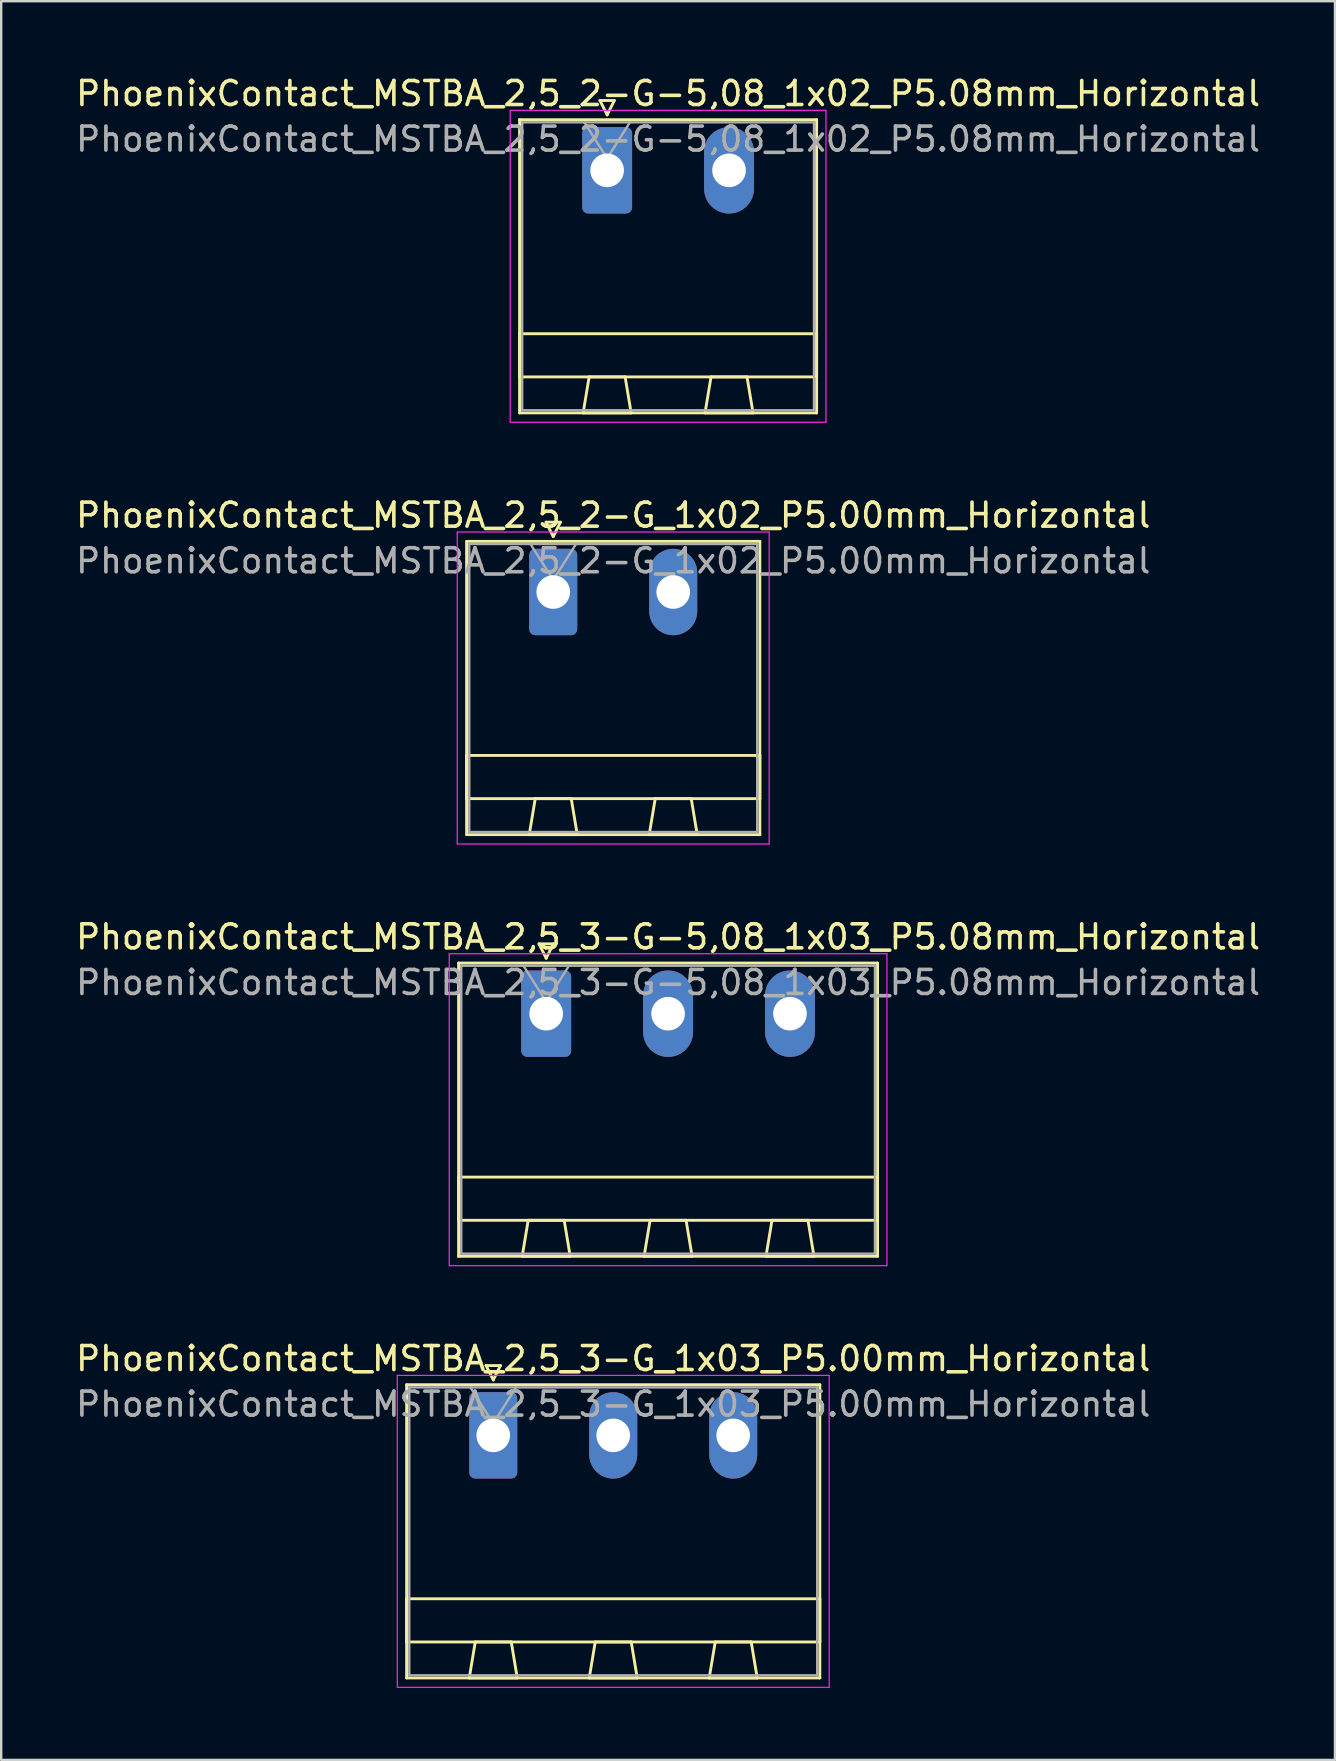
<source format=kicad_pcb>
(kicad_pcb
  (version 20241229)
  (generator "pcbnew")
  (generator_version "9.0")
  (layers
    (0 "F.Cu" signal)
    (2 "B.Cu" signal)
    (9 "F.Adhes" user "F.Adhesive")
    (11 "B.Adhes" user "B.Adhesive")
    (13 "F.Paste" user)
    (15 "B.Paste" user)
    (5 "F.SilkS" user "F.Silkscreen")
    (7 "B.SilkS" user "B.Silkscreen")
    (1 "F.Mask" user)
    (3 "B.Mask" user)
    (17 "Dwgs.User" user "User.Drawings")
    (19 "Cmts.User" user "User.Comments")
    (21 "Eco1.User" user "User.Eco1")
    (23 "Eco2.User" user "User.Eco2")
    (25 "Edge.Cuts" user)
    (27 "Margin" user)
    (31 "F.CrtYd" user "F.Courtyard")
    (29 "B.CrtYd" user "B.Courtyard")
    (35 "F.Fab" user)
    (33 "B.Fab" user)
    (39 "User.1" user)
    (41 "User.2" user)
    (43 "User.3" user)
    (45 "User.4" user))
  (footprint "PhoenixContact_MSTBA_2,5_2-G_1x02_P5.00mm_Horizontal"
    (layer "F.Cu")
    (at 20.006 21.622)
    (property "Reference" "PhoenixContact_MSTBA_2,5_2-G_1x02_P5.00mm_Horizontal" (at 2.5 -3.2 0) (layer "F.SilkS") (effects (font (size 1 1) (thickness 0.15))))
    (attr through_hole)
    (fp_line (start -3.61 -2.11) (end -3.61 10.11) (stroke (width 0.12) (type solid)) (layer "F.SilkS"))
    (fp_line (start -3.61 6.81) (end 8.61 6.81) (stroke (width 0.12) (type solid)) (layer "F.SilkS"))
    (fp_line (start -3.61 8.61) (end -3.61 6.81) (stroke (width 0.12) (type solid)) (layer "F.SilkS"))
    (fp_line (start -3.61 10.11) (end 8.61 10.11) (stroke (width 0.12) (type solid)) (layer "F.SilkS"))
    (fp_line (start -1 10.11) (end 1 10.11) (stroke (width 0.12) (type solid)) (layer "F.SilkS"))
    (fp_line (start -0.75 8.61) (end -1 10.11) (stroke (width 0.12) (type solid)) (layer "F.SilkS"))
    (fp_line (start -0.3 -2.91) (end 0.3 -2.91) (stroke (width 0.12) (type solid)) (layer "F.SilkS"))
    (fp_line (start 0 -2.31) (end -0.3 -2.91) (stroke (width 0.12) (type solid)) (layer "F.SilkS"))
    (fp_line (start 0.3 -2.91) (end 0 -2.31) (stroke (width 0.12) (type solid)) (layer "F.SilkS"))
    (fp_line (start 0.75 8.61) (end -0.75 8.61) (stroke (width 0.12) (type solid)) (layer "F.SilkS"))
    (fp_line (start 1 10.11) (end 0.75 8.61) (stroke (width 0.12) (type solid)) (layer "F.SilkS"))
    (fp_line (start 4 10.11) (end 6 10.11) (stroke (width 0.12) (type solid)) (layer "F.SilkS"))
    (fp_line (start 4.25 8.61) (end 4 10.11) (stroke (width 0.12) (type solid)) (layer "F.SilkS"))
    (fp_line (start 5.75 8.61) (end 4.25 8.61) (stroke (width 0.12) (type solid)) (layer "F.SilkS"))
    (fp_line (start 6 10.11) (end 5.75 8.61) (stroke (width 0.12) (type solid)) (layer "F.SilkS"))
    (fp_line (start 8.61 -2.11) (end -3.61 -2.11) (stroke (width 0.12) (type solid)) (layer "F.SilkS"))
    (fp_line (start 8.61 6.81) (end 8.61 8.61) (stroke (width 0.12) (type solid)) (layer "F.SilkS"))
    (fp_line (start 8.61 8.61) (end -3.61 8.61) (stroke (width 0.12) (type solid)) (layer "F.SilkS"))
    (fp_line (start 8.61 10.11) (end 8.61 -2.11) (stroke (width 0.12) (type solid)) (layer "F.SilkS"))
    (fp_line (start -4 -2.5) (end -4 10.5) (stroke (width 0.05) (type solid)) (layer "F.CrtYd"))
    (fp_line (start -4 10.5) (end 9 10.5) (stroke (width 0.05) (type solid)) (layer "F.CrtYd"))
    (fp_line (start 9 -2.5) (end -4 -2.5) (stroke (width 0.05) (type solid)) (layer "F.CrtYd"))
    (fp_line (start 9 10.5) (end 9 -2.5) (stroke (width 0.05) (type solid)) (layer "F.CrtYd"))
    (fp_line (start -3.5 -2) (end -3.5 10) (stroke (width 0.1) (type solid)) (layer "F.Fab"))
    (fp_line (start -3.5 10) (end 8.5 10) (stroke (width 0.1) (type solid)) (layer "F.Fab"))
    (fp_line (start 0 -0.5) (end -0.95 -2) (stroke (width 0.1) (type solid)) (layer "F.Fab"))
    (fp_line (start 0.95 -2) (end 0 -0.5) (stroke (width 0.1) (type solid)) (layer "F.Fab"))
    (fp_line (start 8.5 -2) (end -3.5 -2) (stroke (width 0.1) (type solid)) (layer "F.Fab"))
    (fp_line (start 8.5 10) (end 8.5 -2) (stroke (width 0.1) (type solid)) (layer "F.Fab"))
    (fp_text user "${REFERENCE}" (at 2.5 -1.3 0) (layer "F.Fab") (effects (font (size 1 1) (thickness 0.15))))
    (pad "1" thru_hole roundrect (at 0 0) (size 2 3.6) (drill 1.4) (layers "*.Cu" "*.Mask") (roundrect_rratio 0.125))
    (pad "2" thru_hole oval (at 5 0) (size 2 3.6) (drill 1.4) (layers "*.Cu" "*.Mask")))
  (footprint "PhoenixContact_MSTBA_2,5_2-G-5,08_1x02_P5.08mm_Horizontal"
    (layer "F.Cu")
    (at 22.252 4.048)
    (property "Reference" "PhoenixContact_MSTBA_2,5_2-G-5,08_1x02_P5.08mm_Horizontal" (at 2.54 -3.2 0) (layer "F.SilkS") (effects (font (size 1 1) (thickness 0.15))))
    (attr through_hole)
    (fp_line (start -3.65 -2.11) (end -3.65 10.11) (stroke (width 0.12) (type solid)) (layer "F.SilkS"))
    (fp_line (start -3.65 6.81) (end 8.73 6.81) (stroke (width 0.12) (type solid)) (layer "F.SilkS"))
    (fp_line (start -3.65 8.61) (end -3.65 6.81) (stroke (width 0.12) (type solid)) (layer "F.SilkS"))
    (fp_line (start -3.65 10.11) (end 8.73 10.11) (stroke (width 0.12) (type solid)) (layer "F.SilkS"))
    (fp_line (start -1 10.11) (end 1 10.11) (stroke (width 0.12) (type solid)) (layer "F.SilkS"))
    (fp_line (start -0.75 8.61) (end -1 10.11) (stroke (width 0.12) (type solid)) (layer "F.SilkS"))
    (fp_line (start -0.3 -2.91) (end 0.3 -2.91) (stroke (width 0.12) (type solid)) (layer "F.SilkS"))
    (fp_line (start 0 -2.31) (end -0.3 -2.91) (stroke (width 0.12) (type solid)) (layer "F.SilkS"))
    (fp_line (start 0.3 -2.91) (end 0 -2.31) (stroke (width 0.12) (type solid)) (layer "F.SilkS"))
    (fp_line (start 0.75 8.61) (end -0.75 8.61) (stroke (width 0.12) (type solid)) (layer "F.SilkS"))
    (fp_line (start 1 10.11) (end 0.75 8.61) (stroke (width 0.12) (type solid)) (layer "F.SilkS"))
    (fp_line (start 4.08 10.11) (end 6.08 10.11) (stroke (width 0.12) (type solid)) (layer "F.SilkS"))
    (fp_line (start 4.33 8.61) (end 4.08 10.11) (stroke (width 0.12) (type solid)) (layer "F.SilkS"))
    (fp_line (start 5.83 8.61) (end 4.33 8.61) (stroke (width 0.12) (type solid)) (layer "F.SilkS"))
    (fp_line (start 6.08 10.11) (end 5.83 8.61) (stroke (width 0.12) (type solid)) (layer "F.SilkS"))
    (fp_line (start 8.73 -2.11) (end -3.65 -2.11) (stroke (width 0.12) (type solid)) (layer "F.SilkS"))
    (fp_line (start 8.73 6.81) (end 8.73 8.61) (stroke (width 0.12) (type solid)) (layer "F.SilkS"))
    (fp_line (start 8.73 8.61) (end -3.65 8.61) (stroke (width 0.12) (type solid)) (layer "F.SilkS"))
    (fp_line (start 8.73 10.11) (end 8.73 -2.11) (stroke (width 0.12) (type solid)) (layer "F.SilkS"))
    (fp_line (start -4.04 -2.5) (end -4.04 10.5) (stroke (width 0.05) (type solid)) (layer "F.CrtYd"))
    (fp_line (start -4.04 10.5) (end 9.12 10.5) (stroke (width 0.05) (type solid)) (layer "F.CrtYd"))
    (fp_line (start 9.12 -2.5) (end -4.04 -2.5) (stroke (width 0.05) (type solid)) (layer "F.CrtYd"))
    (fp_line (start 9.12 10.5) (end 9.12 -2.5) (stroke (width 0.05) (type solid)) (layer "F.CrtYd"))
    (fp_line (start -3.54 -2) (end -3.54 10) (stroke (width 0.1) (type solid)) (layer "F.Fab"))
    (fp_line (start -3.54 10) (end 8.62 10) (stroke (width 0.1) (type solid)) (layer "F.Fab"))
    (fp_line (start 0 -0.5) (end -0.95 -2) (stroke (width 0.1) (type solid)) (layer "F.Fab"))
    (fp_line (start 0.95 -2) (end 0 -0.5) (stroke (width 0.1) (type solid)) (layer "F.Fab"))
    (fp_line (start 8.62 -2) (end -3.54 -2) (stroke (width 0.1) (type solid)) (layer "F.Fab"))
    (fp_line (start 8.62 10) (end 8.62 -2) (stroke (width 0.1) (type solid)) (layer "F.Fab"))
    (fp_text user "${REFERENCE}" (at 2.54 -1.3 0) (layer "F.Fab") (effects (font (size 1 1) (thickness 0.15))))
    (pad "1" thru_hole roundrect (at 0 0) (size 2.08 3.6) (drill 1.4) (layers "*.Cu" "*.Mask") (roundrect_rratio 0.12))
    (pad "2" thru_hole oval (at 5.08 0) (size 2.08 3.6) (drill 1.4) (layers "*.Cu" "*.Mask")))
  (footprint "PhoenixContact_MSTBA_2,5_3-G_1x03_P5.00mm_Horizontal"
    (layer "F.Cu")
    (at 17.506 56.768)
    (property "Reference" "PhoenixContact_MSTBA_2,5_3-G_1x03_P5.00mm_Horizontal" (at 5 -3.2 0) (layer "F.SilkS") (effects (font (size 1 1) (thickness 0.15))))
    (attr through_hole)
    (fp_line (start -3.61 -2.11) (end -3.61 10.11) (stroke (width 0.12) (type solid)) (layer "F.SilkS"))
    (fp_line (start -3.61 6.81) (end 13.61 6.81) (stroke (width 0.12) (type solid)) (layer "F.SilkS"))
    (fp_line (start -3.61 8.61) (end -3.61 6.81) (stroke (width 0.12) (type solid)) (layer "F.SilkS"))
    (fp_line (start -3.61 10.11) (end 13.61 10.11) (stroke (width 0.12) (type solid)) (layer "F.SilkS"))
    (fp_line (start -1 10.11) (end 1 10.11) (stroke (width 0.12) (type solid)) (layer "F.SilkS"))
    (fp_line (start -0.75 8.61) (end -1 10.11) (stroke (width 0.12) (type solid)) (layer "F.SilkS"))
    (fp_line (start -0.3 -2.91) (end 0.3 -2.91) (stroke (width 0.12) (type solid)) (layer "F.SilkS"))
    (fp_line (start 0 -2.31) (end -0.3 -2.91) (stroke (width 0.12) (type solid)) (layer "F.SilkS"))
    (fp_line (start 0.3 -2.91) (end 0 -2.31) (stroke (width 0.12) (type solid)) (layer "F.SilkS"))
    (fp_line (start 0.75 8.61) (end -0.75 8.61) (stroke (width 0.12) (type solid)) (layer "F.SilkS"))
    (fp_line (start 1 10.11) (end 0.75 8.61) (stroke (width 0.12) (type solid)) (layer "F.SilkS"))
    (fp_line (start 4 10.11) (end 6 10.11) (stroke (width 0.12) (type solid)) (layer "F.SilkS"))
    (fp_line (start 4.25 8.61) (end 4 10.11) (stroke (width 0.12) (type solid)) (layer "F.SilkS"))
    (fp_line (start 5.75 8.61) (end 4.25 8.61) (stroke (width 0.12) (type solid)) (layer "F.SilkS"))
    (fp_line (start 6 10.11) (end 5.75 8.61) (stroke (width 0.12) (type solid)) (layer "F.SilkS"))
    (fp_line (start 9 10.11) (end 11 10.11) (stroke (width 0.12) (type solid)) (layer "F.SilkS"))
    (fp_line (start 9.25 8.61) (end 9 10.11) (stroke (width 0.12) (type solid)) (layer "F.SilkS"))
    (fp_line (start 10.75 8.61) (end 9.25 8.61) (stroke (width 0.12) (type solid)) (layer "F.SilkS"))
    (fp_line (start 11 10.11) (end 10.75 8.61) (stroke (width 0.12) (type solid)) (layer "F.SilkS"))
    (fp_line (start 13.61 -2.11) (end -3.61 -2.11) (stroke (width 0.12) (type solid)) (layer "F.SilkS"))
    (fp_line (start 13.61 6.81) (end 13.61 8.61) (stroke (width 0.12) (type solid)) (layer "F.SilkS"))
    (fp_line (start 13.61 8.61) (end -3.61 8.61) (stroke (width 0.12) (type solid)) (layer "F.SilkS"))
    (fp_line (start 13.61 10.11) (end 13.61 -2.11) (stroke (width 0.12) (type solid)) (layer "F.SilkS"))
    (fp_line (start -4 -2.5) (end -4 10.5) (stroke (width 0.05) (type solid)) (layer "F.CrtYd"))
    (fp_line (start -4 10.5) (end 14 10.5) (stroke (width 0.05) (type solid)) (layer "F.CrtYd"))
    (fp_line (start 14 -2.5) (end -4 -2.5) (stroke (width 0.05) (type solid)) (layer "F.CrtYd"))
    (fp_line (start 14 10.5) (end 14 -2.5) (stroke (width 0.05) (type solid)) (layer "F.CrtYd"))
    (fp_line (start -3.5 -2) (end -3.5 10) (stroke (width 0.1) (type solid)) (layer "F.Fab"))
    (fp_line (start -3.5 10) (end 13.5 10) (stroke (width 0.1) (type solid)) (layer "F.Fab"))
    (fp_line (start 0 -0.5) (end -0.95 -2) (stroke (width 0.1) (type solid)) (layer "F.Fab"))
    (fp_line (start 0.95 -2) (end 0 -0.5) (stroke (width 0.1) (type solid)) (layer "F.Fab"))
    (fp_line (start 13.5 -2) (end -3.5 -2) (stroke (width 0.1) (type solid)) (layer "F.Fab"))
    (fp_line (start 13.5 10) (end 13.5 -2) (stroke (width 0.1) (type solid)) (layer "F.Fab"))
    (fp_text user "${REFERENCE}" (at 5 -1.3 0) (layer "F.Fab") (effects (font (size 1 1) (thickness 0.15))))
    (pad "1" thru_hole roundrect (at 0 0) (size 2 3.6) (drill 1.4) (layers "*.Cu" "*.Mask") (roundrect_rratio 0.125))
    (pad "2" thru_hole oval (at 5 0) (size 2 3.6) (drill 1.4) (layers "*.Cu" "*.Mask"))
    (pad "3" thru_hole oval (at 10 0) (size 2 3.6) (drill 1.4) (layers "*.Cu" "*.Mask")))
  (footprint "PhoenixContact_MSTBA_2,5_3-G-5,08_1x03_P5.08mm_Horizontal"
    (layer "F.Cu")
    (at 19.712 39.195)
    (property "Reference" "PhoenixContact_MSTBA_2,5_3-G-5,08_1x03_P5.08mm_Horizontal" (at 5.08 -3.2 0) (layer "F.SilkS") (effects (font (size 1 1) (thickness 0.15))))
    (attr through_hole)
    (fp_line (start -3.65 -2.11) (end -3.65 10.11) (stroke (width 0.12) (type solid)) (layer "F.SilkS"))
    (fp_line (start -3.65 6.81) (end 13.81 6.81) (stroke (width 0.12) (type solid)) (layer "F.SilkS"))
    (fp_line (start -3.65 8.61) (end -3.65 6.81) (stroke (width 0.12) (type solid)) (layer "F.SilkS"))
    (fp_line (start -3.65 10.11) (end 13.81 10.11) (stroke (width 0.12) (type solid)) (layer "F.SilkS"))
    (fp_line (start -1 10.11) (end 1 10.11) (stroke (width 0.12) (type solid)) (layer "F.SilkS"))
    (fp_line (start -0.75 8.61) (end -1 10.11) (stroke (width 0.12) (type solid)) (layer "F.SilkS"))
    (fp_line (start -0.3 -2.91) (end 0.3 -2.91) (stroke (width 0.12) (type solid)) (layer "F.SilkS"))
    (fp_line (start 0 -2.31) (end -0.3 -2.91) (stroke (width 0.12) (type solid)) (layer "F.SilkS"))
    (fp_line (start 0.3 -2.91) (end 0 -2.31) (stroke (width 0.12) (type solid)) (layer "F.SilkS"))
    (fp_line (start 0.75 8.61) (end -0.75 8.61) (stroke (width 0.12) (type solid)) (layer "F.SilkS"))
    (fp_line (start 1 10.11) (end 0.75 8.61) (stroke (width 0.12) (type solid)) (layer "F.SilkS"))
    (fp_line (start 4.08 10.11) (end 6.08 10.11) (stroke (width 0.12) (type solid)) (layer "F.SilkS"))
    (fp_line (start 4.33 8.61) (end 4.08 10.11) (stroke (width 0.12) (type solid)) (layer "F.SilkS"))
    (fp_line (start 5.83 8.61) (end 4.33 8.61) (stroke (width 0.12) (type solid)) (layer "F.SilkS"))
    (fp_line (start 6.08 10.11) (end 5.83 8.61) (stroke (width 0.12) (type solid)) (layer "F.SilkS"))
    (fp_line (start 9.16 10.11) (end 11.16 10.11) (stroke (width 0.12) (type solid)) (layer "F.SilkS"))
    (fp_line (start 9.41 8.61) (end 9.16 10.11) (stroke (width 0.12) (type solid)) (layer "F.SilkS"))
    (fp_line (start 10.91 8.61) (end 9.41 8.61) (stroke (width 0.12) (type solid)) (layer "F.SilkS"))
    (fp_line (start 11.16 10.11) (end 10.91 8.61) (stroke (width 0.12) (type solid)) (layer "F.SilkS"))
    (fp_line (start 13.81 -2.11) (end -3.65 -2.11) (stroke (width 0.12) (type solid)) (layer "F.SilkS"))
    (fp_line (start 13.81 6.81) (end 13.81 8.61) (stroke (width 0.12) (type solid)) (layer "F.SilkS"))
    (fp_line (start 13.81 8.61) (end -3.65 8.61) (stroke (width 0.12) (type solid)) (layer "F.SilkS"))
    (fp_line (start 13.81 10.11) (end 13.81 -2.11) (stroke (width 0.12) (type solid)) (layer "F.SilkS"))
    (fp_line (start -4.04 -2.5) (end -4.04 10.5) (stroke (width 0.05) (type solid)) (layer "F.CrtYd"))
    (fp_line (start -4.04 10.5) (end 14.2 10.5) (stroke (width 0.05) (type solid)) (layer "F.CrtYd"))
    (fp_line (start 14.2 -2.5) (end -4.04 -2.5) (stroke (width 0.05) (type solid)) (layer "F.CrtYd"))
    (fp_line (start 14.2 10.5) (end 14.2 -2.5) (stroke (width 0.05) (type solid)) (layer "F.CrtYd"))
    (fp_line (start -3.54 -2) (end -3.54 10) (stroke (width 0.1) (type solid)) (layer "F.Fab"))
    (fp_line (start -3.54 10) (end 13.7 10) (stroke (width 0.1) (type solid)) (layer "F.Fab"))
    (fp_line (start 0 -0.5) (end -0.95 -2) (stroke (width 0.1) (type solid)) (layer "F.Fab"))
    (fp_line (start 0.95 -2) (end 0 -0.5) (stroke (width 0.1) (type solid)) (layer "F.Fab"))
    (fp_line (start 13.7 -2) (end -3.54 -2) (stroke (width 0.1) (type solid)) (layer "F.Fab"))
    (fp_line (start 13.7 10) (end 13.7 -2) (stroke (width 0.1) (type solid)) (layer "F.Fab"))
    (fp_text user "${REFERENCE}" (at 5.08 -1.3 0) (layer "F.Fab") (effects (font (size 1 1) (thickness 0.15))))
    (pad "1" thru_hole roundrect (at 0 0) (size 2.08 3.6) (drill 1.4) (layers "*.Cu" "*.Mask") (roundrect_rratio 0.12))
    (pad "2" thru_hole oval (at 5.08 0) (size 2.08 3.6) (drill 1.4) (layers "*.Cu" "*.Mask"))
    (pad "3" thru_hole oval (at 10.16 0) (size 2.08 3.6) (drill 1.4) (layers "*.Cu" "*.Mask")))
  (gr_rect
    (start -3 -3)
    (end 52.583 70.293)
    (stroke (width 0.1) (type default))
    (fill no)
    (layer "Edge.Cuts")))
</source>
